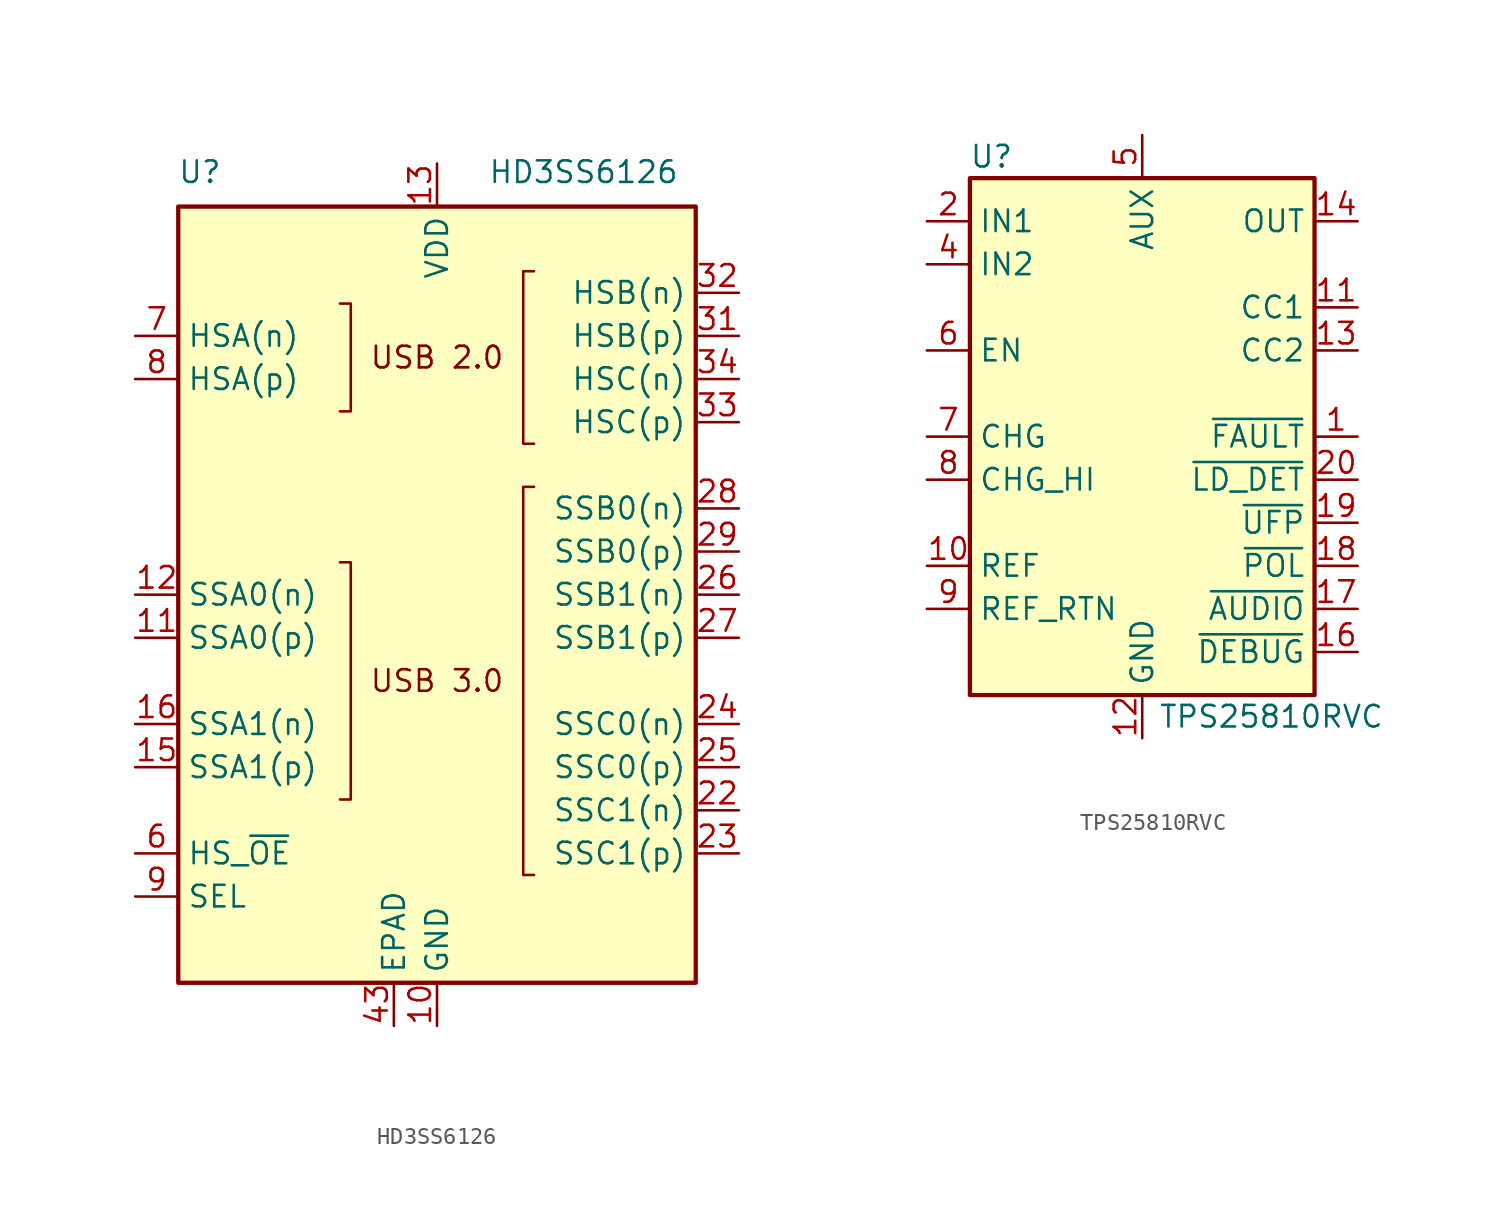
<source format=kicad_sym>
(kicad_symbol_lib
  (version 20241209)
  (generator "kicad_symbol_editor")
  (generator_version "9.0")
  (symbol "HD3SS6126"
    (property "Reference" "U"
      (at -13.97 24.892 0)
      (effects (font (size 1.27 1.27))))
    (property "Value" "HD3SS6126"
      (at 8.636 24.892 0)
      (effects (font (size 1.27 1.27))))
    (symbol "HD3SS6126_0_1"
      (polyline (pts (xy -5.715 17.145) (xy -5.08 17.145) (xy -5.08 10.795) (xy -5.715 10.795)) (stroke (width 0) (type default)) (fill (type none)))
      (polyline (pts (xy -5.715 1.905) (xy -5.08 1.905) (xy -5.08 -12.065) (xy -5.715 -12.065)) (stroke (width 0) (type default)) (fill (type none)))
      (polyline (pts (xy 5.715 19.05) (xy 5.08 19.05) (xy 5.08 8.89) (xy 5.715 8.89)) (stroke (width 0) (type default)) (fill (type none)))
      (polyline (pts (xy 5.715 6.35) (xy 5.08 6.35) (xy 5.08 -16.51) (xy 5.715 -16.51)) (stroke (width 0) (type default)) (fill (type none))))
    (symbol "HD3SS6126_1_1"
      (rectangle (start -15.24 22.86) (end 15.24 -22.86) (stroke (width 0.254) (type solid)) (fill (type background)))
      (text "USB 2.0" (at 0 13.97 0) (effects (font (size 1.27 1.27) (thickness 0.159))))
      (text "USB 3.0" (at 0 -5.08 0) (effects (font (size 1.27 1.27))))
      (pin passive line (at -17.78 15.24 0) (length 2.54) (name "HSA(n)" (effects (font (size 1.27 1.27)))) (number "7" (effects (font (size 1.27 1.27)))))
      (pin passive line (at -17.78 12.7 0) (length 2.54) (name "HSA(p)" (effects (font (size 1.27 1.27)))) (number "8" (effects (font (size 1.27 1.27)))))
      (pin passive line (at -17.78 0 0) (length 2.54) (name "SSA0(n)" (effects (font (size 1.27 1.27)))) (number "12" (effects (font (size 1.27 1.27)))))
      (pin passive line (at -17.78 -2.54 0) (length 2.54) (name "SSA0(p)" (effects (font (size 1.27 1.27)))) (number "11" (effects (font (size 1.27 1.27)))))
      (pin passive line (at -17.78 -7.62 0) (length 2.54) (name "SSA1(n)" (effects (font (size 1.27 1.27)))) (number "16" (effects (font (size 1.27 1.27)))))
      (pin passive line (at -17.78 -10.16 0) (length 2.54) (name "SSA1(p)" (effects (font (size 1.27 1.27)))) (number "15" (effects (font (size 1.27 1.27)))))
      (pin input line (at -17.78 -15.24 0) (length 2.54) (name "HS_~{OE}" (effects (font (size 1.27 1.27)))) (number "6" (effects (font (size 1.27 1.27)))))
      (pin input line (at -17.78 -17.78 0) (length 2.54) (name "SEL" (effects (font (size 1.27 1.27)))) (number "9" (effects (font (size 1.27 1.27)))))
      (pin passive line (at -2.54 -25.4 90) (length 2.54) (name "EPAD" (effects (font (size 1.27 1.27)))) (number "43" (effects (font (size 1.27 1.27)))))
      (pin power_in line (at 0 25.4 270) (length 2.54) (name "VDD" (effects (font (size 1.27 1.27)))) (number "13" (effects (font (size 1.27 1.27)))))
      (pin passive line (at 0 25.4 270) (length 2.54) (hide yes) (name "VDD" (effects (font (size 1.27 1.27)))) (number "20" (effects (font (size 1.27 1.27)))))
      (pin passive line (at 0 25.4 270) (length 2.54) (hide yes) (name "VDD" (effects (font (size 1.27 1.27)))) (number "30" (effects (font (size 1.27 1.27)))))
      (pin no_connect line (at 0 17.78 0) (length 2.54) (hide yes) (name "NC" (effects (font (size 1.27 1.27)))) (number "1" (effects (font (size 1.27 1.27)))))
      (pin no_connect line (at 0 15.24 0) (length 2.54) (hide yes) (name "NC" (effects (font (size 1.27 1.27)))) (number "2" (effects (font (size 1.27 1.27)))))
      (pin no_connect line (at 0 12.7 0) (length 2.54) (hide yes) (name "NC" (effects (font (size 1.27 1.27)))) (number "3" (effects (font (size 1.27 1.27)))))
      (pin no_connect line (at 0 10.16 0) (length 2.54) (hide yes) (name "NC" (effects (font (size 1.27 1.27)))) (number "4" (effects (font (size 1.27 1.27)))))
      (pin no_connect line (at 0 7.62 0) (length 2.54) (hide yes) (name "NC" (effects (font (size 1.27 1.27)))) (number "5" (effects (font (size 1.27 1.27)))))
      (pin no_connect line (at 0 5.08 0) (length 2.54) (hide yes) (name "NC" (effects (font (size 1.27 1.27)))) (number "18" (effects (font (size 1.27 1.27)))))
      (pin no_connect line (at 0 2.54 0) (length 2.54) (hide yes) (name "NC" (effects (font (size 1.27 1.27)))) (number "35" (effects (font (size 1.27 1.27)))))
      (pin no_connect line (at 0 0 0) (length 2.54) (hide yes) (name "NC" (effects (font (size 1.27 1.27)))) (number "36" (effects (font (size 1.27 1.27)))))
      (pin no_connect line (at 0 -2.54 0) (length 2.54) (hide yes) (name "NC" (effects (font (size 1.27 1.27)))) (number "37" (effects (font (size 1.27 1.27)))))
      (pin no_connect line (at 0 -5.08 0) (length 2.54) (hide yes) (name "NC" (effects (font (size 1.27 1.27)))) (number "38" (effects (font (size 1.27 1.27)))))
      (pin no_connect line (at 0 -7.62 0) (length 2.54) (hide yes) (name "NC" (effects (font (size 1.27 1.27)))) (number "39" (effects (font (size 1.27 1.27)))))
      (pin no_connect line (at 0 -10.16 0) (length 2.54) (hide yes) (name "NC" (effects (font (size 1.27 1.27)))) (number "40" (effects (font (size 1.27 1.27)))))
      (pin no_connect line (at 0 -12.7 0) (length 2.54) (hide yes) (name "NC" (effects (font (size 1.27 1.27)))) (number "41" (effects (font (size 1.27 1.27)))))
      (pin no_connect line (at 0 -15.24 0) (length 2.54) (hide yes) (name "NC" (effects (font (size 1.27 1.27)))) (number "42" (effects (font (size 1.27 1.27)))))
      (pin power_in line (at 0 -25.4 90) (length 2.54) (name "GND" (effects (font (size 1.27 1.27)))) (number "10" (effects (font (size 1.27 1.27)))))
      (pin passive line (at 0 -25.4 90) (length 2.54) (hide yes) (name "GND" (effects (font (size 1.27 1.27)))) (number "14" (effects (font (size 1.27 1.27)))))
      (pin passive line (at 0 -25.4 90) (length 2.54) (hide yes) (name "GND" (effects (font (size 1.27 1.27)))) (number "17" (effects (font (size 1.27 1.27)))))
      (pin passive line (at 0 -25.4 90) (length 2.54) (hide yes) (name "GND" (effects (font (size 1.27 1.27)))) (number "19" (effects (font (size 1.27 1.27)))))
      (pin passive line (at 0 -25.4 90) (length 2.54) (hide yes) (name "GND" (effects (font (size 1.27 1.27)))) (number "21" (effects (font (size 1.27 1.27)))))
      (pin passive line (at 17.78 17.78 180) (length 2.54) (name "HSB(n)" (effects (font (size 1.27 1.27)))) (number "32" (effects (font (size 1.27 1.27)))))
      (pin passive line (at 17.78 15.24 180) (length 2.54) (name "HSB(p)" (effects (font (size 1.27 1.27)))) (number "31" (effects (font (size 1.27 1.27)))))
      (pin passive line (at 17.78 12.7 180) (length 2.54) (name "HSC(n)" (effects (font (size 1.27 1.27)))) (number "34" (effects (font (size 1.27 1.27)))))
      (pin passive line (at 17.78 10.16 180) (length 2.54) (name "HSC(p)" (effects (font (size 1.27 1.27)))) (number "33" (effects (font (size 1.27 1.27)))))
      (pin passive line (at 17.78 5.08 180) (length 2.54) (name "SSB0(n)" (effects (font (size 1.27 1.27)))) (number "28" (effects (font (size 1.27 1.27)))))
      (pin passive line (at 17.78 2.54 180) (length 2.54) (name "SSB0(p)" (effects (font (size 1.27 1.27)))) (number "29" (effects (font (size 1.27 1.27)))))
      (pin passive line (at 17.78 0 180) (length 2.54) (name "SSB1(n)" (effects (font (size 1.27 1.27)))) (number "26" (effects (font (size 1.27 1.27)))))
      (pin passive line (at 17.78 -2.54 180) (length 2.54) (name "SSB1(p)" (effects (font (size 1.27 1.27)))) (number "27" (effects (font (size 1.27 1.27)))))
      (pin passive line (at 17.78 -7.62 180) (length 2.54) (name "SSC0(n)" (effects (font (size 1.27 1.27)))) (number "24" (effects (font (size 1.27 1.27)))))
      (pin passive line (at 17.78 -10.16 180) (length 2.54) (name "SSC0(p)" (effects (font (size 1.27 1.27)))) (number "25" (effects (font (size 1.27 1.27)))))
      (pin passive line (at 17.78 -12.7 180) (length 2.54) (name "SSC1(n)" (effects (font (size 1.27 1.27)))) (number "22" (effects (font (size 1.27 1.27)))))
      (pin passive line (at 17.78 -15.24 180) (length 2.54) (name "SSC1(p)" (effects (font (size 1.27 1.27)))) (number "23" (effects (font (size 1.27 1.27)))))))
  (symbol "TPS25810RVC"
    (property "Reference" "U"
      (at -8.89 16.51 0)
      (effects (font (size 1.27 1.27))))
    (property "Value" "TPS25810RVC"
      (at 7.62 -16.51 0)
      (effects (font (size 1.27 1.27))))
    (symbol "TPS25810RVC_1_1"
      (rectangle (start -10.16 15.24) (end 10.16 -15.24) (stroke (width 0.254) (type solid)) (fill (type background)))
      (pin power_in line (at -12.7 12.7 0) (length 2.54) (name "IN1" (effects (font (size 1.27 1.27)))) (number "2" (effects (font (size 1.27 1.27)))))
      (pin passive line (at -12.7 12.7 0) (length 2.54) (hide yes) (name "IN1" (effects (font (size 1.27 1.27)))) (number "3" (effects (font (size 1.27 1.27)))))
      (pin power_in line (at -12.7 10.16 0) (length 2.54) (name "IN2" (effects (font (size 1.27 1.27)))) (number "4" (effects (font (size 1.27 1.27)))))
      (pin input line (at -12.7 5.08 0) (length 2.54) (name "EN" (effects (font (size 1.27 1.27)))) (number "6" (effects (font (size 1.27 1.27)))))
      (pin input line (at -12.7 0 0) (length 2.54) (name "CHG" (effects (font (size 1.27 1.27)))) (number "7" (effects (font (size 1.27 1.27)))))
      (pin input line (at -12.7 -2.54 0) (length 2.54) (name "CHG_HI" (effects (font (size 1.27 1.27)))) (number "8" (effects (font (size 1.27 1.27)))))
      (pin output line (at -12.7 -7.62 0) (length 2.54) (name "REF" (effects (font (size 1.27 1.27)))) (number "10" (effects (font (size 1.27 1.27)))))
      (pin passive line (at -12.7 -10.16 0) (length 2.54) (name "REF_RTN" (effects (font (size 1.27 1.27)))) (number "9" (effects (font (size 1.27 1.27)))))
      (pin power_in line (at 0 17.78 270) (length 2.54) (name "AUX" (effects (font (size 1.27 1.27)))) (number "5" (effects (font (size 1.27 1.27)))))
      (pin power_in line (at 0 -17.78 90) (length 2.54) (name "GND" (effects (font (size 1.27 1.27)))) (number "12" (effects (font (size 1.27 1.27)))))
      (pin passive line (at 0 -17.78 90) (length 2.54) (hide yes) (name "GND" (effects (font (size 1.27 1.27)))) (number "21" (effects (font (size 1.27 1.27)))))
      (pin power_out line (at 12.7 12.7 180) (length 2.54) (name "OUT" (effects (font (size 1.27 1.27)))) (number "14" (effects (font (size 1.27 1.27)))))
      (pin passive line (at 12.7 12.7 180) (length 2.54) (hide yes) (name "OUT" (effects (font (size 1.27 1.27)))) (number "15" (effects (font (size 1.27 1.27)))))
      (pin bidirectional line (at 12.7 7.62 180) (length 2.54) (name "CC1" (effects (font (size 1.27 1.27)))) (number "11" (effects (font (size 1.27 1.27)))))
      (pin bidirectional line (at 12.7 5.08 180) (length 2.54) (name "CC2" (effects (font (size 1.27 1.27)))) (number "13" (effects (font (size 1.27 1.27)))))
      (pin open_collector line (at 12.7 0 180) (length 2.54) (name "~{FAULT}" (effects (font (size 1.27 1.27)))) (number "1" (effects (font (size 1.27 1.27)))))
      (pin open_collector line (at 12.7 -2.54 180) (length 2.54) (name "~{LD_DET}" (effects (font (size 1.27 1.27)))) (number "20" (effects (font (size 1.27 1.27)))))
      (pin open_collector line (at 12.7 -5.08 180) (length 2.54) (name "~{UFP}" (effects (font (size 1.27 1.27)))) (number "19" (effects (font (size 1.27 1.27)))))
      (pin open_collector line (at 12.7 -7.62 180) (length 2.54) (name "~{POL}" (effects (font (size 1.27 1.27)))) (number "18" (effects (font (size 1.27 1.27)))))
      (pin open_collector line (at 12.7 -10.16 180) (length 2.54) (name "~{AUDIO}" (effects (font (size 1.27 1.27)))) (number "17" (effects (font (size 1.27 1.27)))))
      (pin open_collector line (at 12.7 -12.7 180) (length 2.54) (name "~{DEBUG}" (effects (font (size 1.27 1.27)))) (number "16" (effects (font (size 1.27 1.27))))))))
</source>
